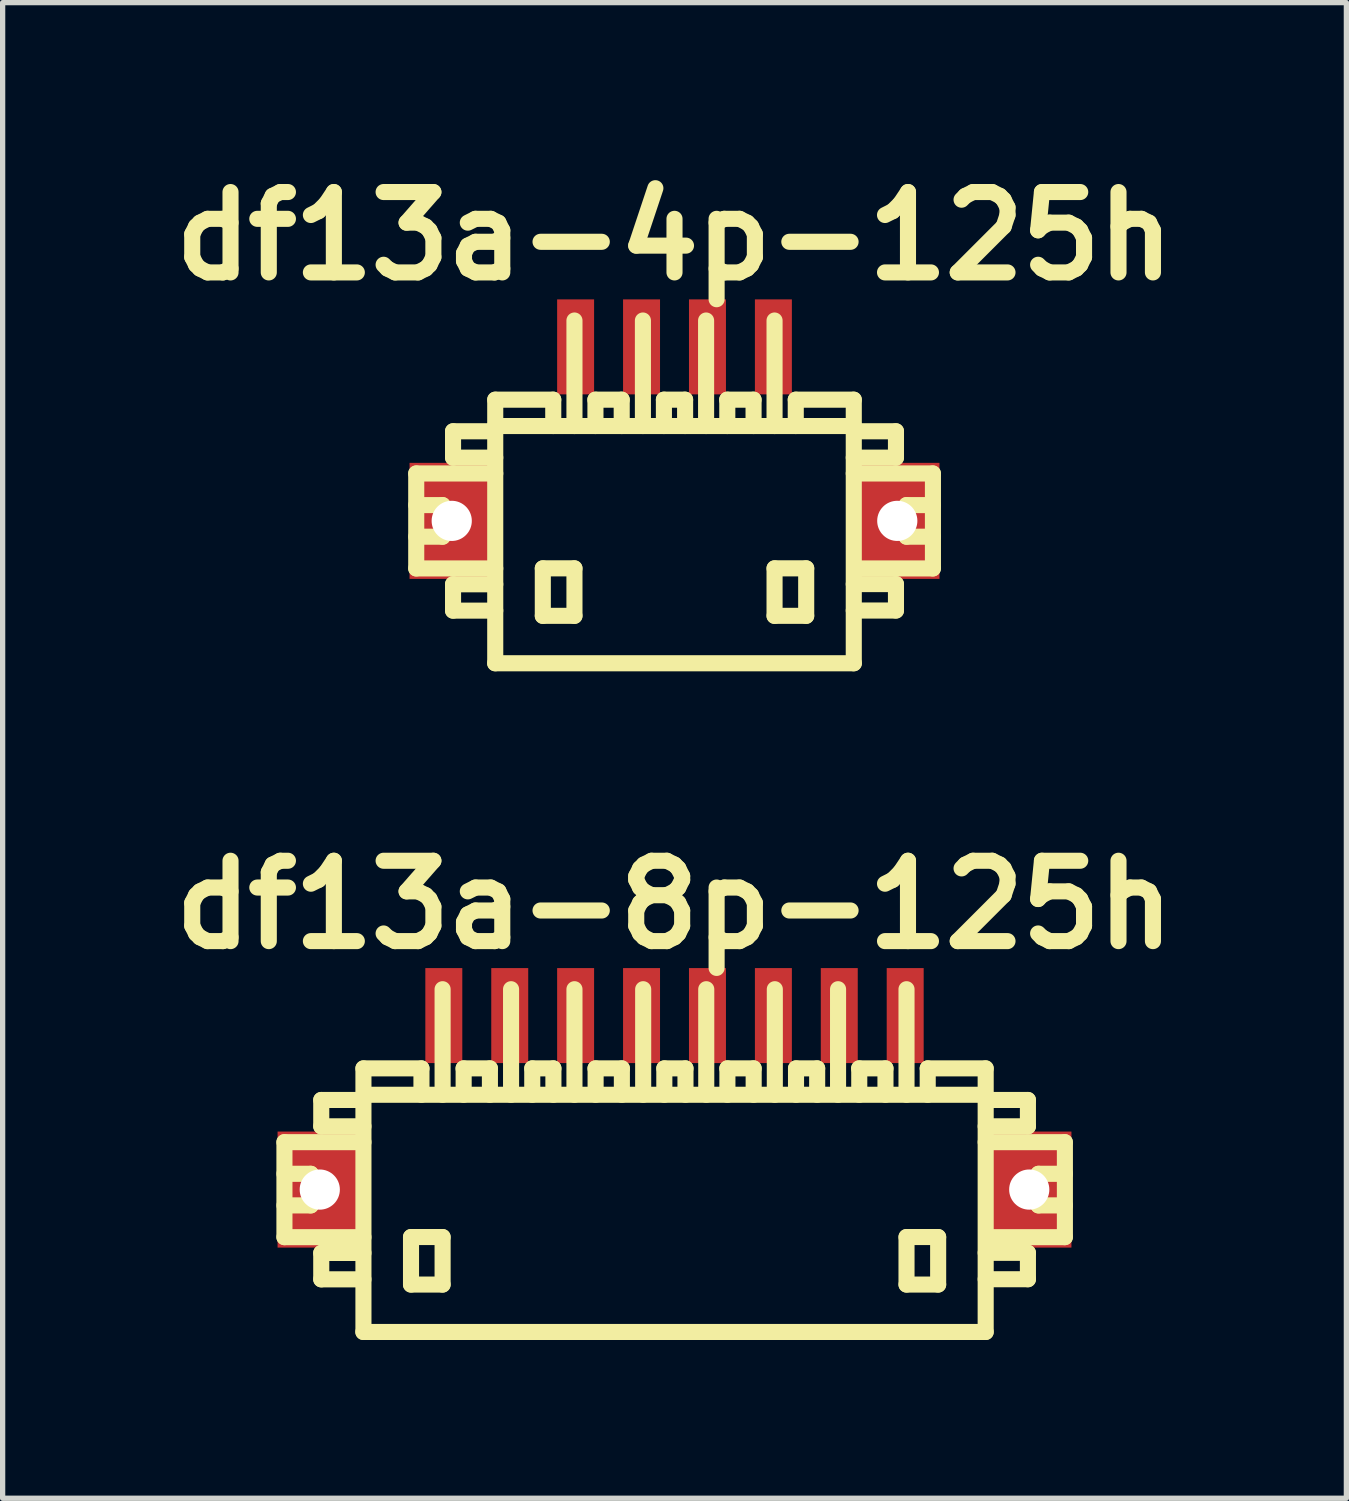
<source format=kicad_pcb>
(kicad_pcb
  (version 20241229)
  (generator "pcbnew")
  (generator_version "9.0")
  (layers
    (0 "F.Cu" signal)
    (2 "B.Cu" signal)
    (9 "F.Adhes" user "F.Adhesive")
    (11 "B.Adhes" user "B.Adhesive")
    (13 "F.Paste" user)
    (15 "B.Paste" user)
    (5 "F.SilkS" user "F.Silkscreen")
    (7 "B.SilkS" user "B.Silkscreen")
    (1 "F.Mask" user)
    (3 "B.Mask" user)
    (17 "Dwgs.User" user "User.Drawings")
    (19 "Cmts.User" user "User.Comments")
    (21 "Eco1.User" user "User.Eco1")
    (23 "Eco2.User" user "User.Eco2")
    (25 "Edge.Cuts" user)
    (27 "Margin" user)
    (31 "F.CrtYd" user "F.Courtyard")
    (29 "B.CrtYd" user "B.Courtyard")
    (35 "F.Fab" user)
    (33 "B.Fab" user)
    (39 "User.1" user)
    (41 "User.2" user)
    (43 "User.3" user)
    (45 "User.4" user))
  (footprint "df13a-4p-125h"
    (layer "F.Cu")
    (at 9.739 7.027)
    (property "Reference" "df13a-4p-125h" (at 0 -5.601 0) (layer "F.SilkS") (effects (font (size 1.524 1.524) (thickness 0.305))))
    (attr through_hole)
    (fp_line (start -4.897 -1.1) (end -4.897 0.701) (stroke (width 0.305) (type solid)) (layer "F.SilkS"))
    (fp_line (start -4.897 0.701) (end -3.399 0.701) (stroke (width 0.305) (type solid)) (layer "F.SilkS"))
    (fp_line (start -4.397 -0.5) (end -4.897 -0.5) (stroke (width 0.305) (type solid)) (layer "F.SilkS"))
    (fp_line (start -4.397 0.099) (end -4.897 0.099) (stroke (width 0.305) (type solid)) (layer "F.SilkS"))
    (fp_line (start -4.397 0.099) (end -4.397 -0.5) (stroke (width 0.305) (type solid)) (layer "F.SilkS"))
    (fp_line (start -4.199 -1.9) (end -4.199 -1.4) (stroke (width 0.305) (type solid)) (layer "F.SilkS"))
    (fp_line (start -4.199 -1.9) (end -3.399 -1.9) (stroke (width 0.305) (type solid)) (layer "F.SilkS"))
    (fp_line (start -4.199 1.001) (end -4.199 1.501) (stroke (width 0.305) (type solid)) (layer "F.SilkS"))
    (fp_line (start -4.199 1.501) (end -3.399 1.501) (stroke (width 0.305) (type solid)) (layer "F.SilkS"))
    (fp_line (start -3.401 -1.999) (end 3.401 -1.999) (stroke (width 0.305) (type solid)) (layer "F.SilkS"))
    (fp_line (start -3.401 2.499) (end 3.401 2.499) (stroke (width 0.305) (type solid)) (layer "F.SilkS"))
    (fp_line (start -3.399 -1.4) (end -4.199 -1.4) (stroke (width 0.305) (type solid)) (layer "F.SilkS"))
    (fp_line (start -3.399 -1.1) (end -4.897 -1.1) (stroke (width 0.305) (type solid)) (layer "F.SilkS"))
    (fp_line (start -3.399 1.001) (end -4.199 1.001) (stroke (width 0.305) (type solid)) (layer "F.SilkS"))
    (fp_line (start -3.399 2.499) (end -3.399 -2.499) (stroke (width 0.305) (type solid)) (layer "F.SilkS"))
    (fp_line (start -2.497 0.699) (end -2.497 1.6) (stroke (width 0.305) (type solid)) (layer "F.SilkS"))
    (fp_line (start -2.497 1.6) (end -1.897 1.6) (stroke (width 0.305) (type solid)) (layer "F.SilkS"))
    (fp_line (start -2.299 -2.499) (end -3.399 -2.499) (stroke (width 0.305) (type solid)) (layer "F.SilkS"))
    (fp_line (start -2.299 -2.499) (end -2.299 -1.999) (stroke (width 0.305) (type solid)) (layer "F.SilkS"))
    (fp_line (start -1.897 -4) (end -1.897 -1.999) (stroke (width 0.305) (type solid)) (layer "F.SilkS"))
    (fp_line (start -1.897 0.699) (end -2.497 0.699) (stroke (width 0.305) (type solid)) (layer "F.SilkS"))
    (fp_line (start -1.897 1.6) (end -1.897 0.699) (stroke (width 0.305) (type solid)) (layer "F.SilkS"))
    (fp_line (start -1.501 -2.499) (end -1.001 -2.499) (stroke (width 0.305) (type solid)) (layer "F.SilkS"))
    (fp_line (start -1.499 -1.999) (end -1.499 -2.499) (stroke (width 0.305) (type solid)) (layer "F.SilkS"))
    (fp_line (start -1.001 -2.499) (end -1.001 -1.999) (stroke (width 0.305) (type solid)) (layer "F.SilkS"))
    (fp_line (start -0.599 -1.999) (end -0.599 -4) (stroke (width 0.305) (type solid)) (layer "F.SilkS"))
    (fp_line (start -0.201 -2.499) (end -0.201 -1.999) (stroke (width 0.305) (type solid)) (layer "F.SilkS"))
    (fp_line (start 0.201 -2.499) (end -0.201 -2.499) (stroke (width 0.305) (type solid)) (layer "F.SilkS"))
    (fp_line (start 0.201 -2.499) (end 0.201 -1.999) (stroke (width 0.305) (type solid)) (layer "F.SilkS"))
    (fp_line (start 0.599 -1.999) (end 0.599 -4) (stroke (width 0.305) (type solid)) (layer "F.SilkS"))
    (fp_line (start 0.998 -2.499) (end 1.499 -2.499) (stroke (width 0.305) (type solid)) (layer "F.SilkS"))
    (fp_line (start 1.001 -1.999) (end 1.001 -2.499) (stroke (width 0.305) (type solid)) (layer "F.SilkS"))
    (fp_line (start 1.499 -2.499) (end 1.499 -1.999) (stroke (width 0.305) (type solid)) (layer "F.SilkS"))
    (fp_line (start 1.897 -1.999) (end 1.897 -4) (stroke (width 0.305) (type solid)) (layer "F.SilkS"))
    (fp_line (start 1.897 0.699) (end 2.497 0.699) (stroke (width 0.305) (type solid)) (layer "F.SilkS"))
    (fp_line (start 1.897 1.6) (end 1.897 0.699) (stroke (width 0.305) (type solid)) (layer "F.SilkS"))
    (fp_line (start 2.299 -2.499) (end 2.299 -1.999) (stroke (width 0.305) (type solid)) (layer "F.SilkS"))
    (fp_line (start 2.497 0.699) (end 2.497 1.6) (stroke (width 0.305) (type solid)) (layer "F.SilkS"))
    (fp_line (start 2.497 1.6) (end 1.897 1.6) (stroke (width 0.305) (type solid)) (layer "F.SilkS"))
    (fp_line (start 3.399 -2.499) (end 2.299 -2.499) (stroke (width 0.305) (type solid)) (layer "F.SilkS"))
    (fp_line (start 3.399 -2.499) (end 3.399 2.499) (stroke (width 0.305) (type solid)) (layer "F.SilkS"))
    (fp_line (start 3.399 -1.9) (end 4.199 -1.9) (stroke (width 0.305) (type solid)) (layer "F.SilkS"))
    (fp_line (start 3.399 0.998) (end 4.199 0.998) (stroke (width 0.305) (type solid)) (layer "F.SilkS"))
    (fp_line (start 4.199 -1.9) (end 4.199 -1.4) (stroke (width 0.305) (type solid)) (layer "F.SilkS"))
    (fp_line (start 4.199 -1.4) (end 3.399 -1.4) (stroke (width 0.305) (type solid)) (layer "F.SilkS"))
    (fp_line (start 4.199 0.998) (end 4.199 1.499) (stroke (width 0.305) (type solid)) (layer "F.SilkS"))
    (fp_line (start 4.199 1.499) (end 3.399 1.499) (stroke (width 0.305) (type solid)) (layer "F.SilkS"))
    (fp_line (start 4.399 0.099) (end 4.399 -0.5) (stroke (width 0.305) (type solid)) (layer "F.SilkS"))
    (fp_line (start 4.897 -1.1) (end 3.399 -1.1) (stroke (width 0.305) (type solid)) (layer "F.SilkS"))
    (fp_line (start 4.897 0.701) (end 3.498 0.701) (stroke (width 0.305) (type solid)) (layer "F.SilkS"))
    (fp_line (start 4.9 -1.1) (end 4.9 0.701) (stroke (width 0.305) (type solid)) (layer "F.SilkS"))
    (fp_line (start 4.9 -0.5) (end 4.399 -0.5) (stroke (width 0.305) (type solid)) (layer "F.SilkS"))
    (fp_line (start 4.9 0.099) (end 4.399 0.099) (stroke (width 0.305) (type solid)) (layer "F.SilkS"))
    (pad "" np_thru_hole rect (at -4.224 -0.201) (size 1.6 2.2) (drill 0.762) (layers "F.Cu" "F.Mask" "F.Paste"))
    (pad "" np_thru_hole rect (at 4.224 -0.201) (size 1.6 2.2) (drill 0.762) (layers "F.Cu" "F.Mask" "F.Paste"))
    (pad "1" smd rect (at 1.875 -3.5) (size 0.701 1.801) (layers "F.Cu" "F.Mask" "F.Paste"))
    (pad "2" smd rect (at 0.625 -3.5) (size 0.701 1.801) (layers "F.Cu" "F.Mask" "F.Paste"))
    (pad "3" smd rect (at -0.625 -3.5) (size 0.701 1.801) (layers "F.Cu" "F.Mask" "F.Paste"))
    (pad "4" smd rect (at -1.875 -3.5) (size 0.701 1.801) (layers "F.Cu" "F.Mask" "F.Paste")))
  (footprint "df13a-8p-125h"
    (layer "F.Cu")
    (at 9.739 19.706)
    (property "Reference" "df13a-8p-125h" (at 0 -5.601 0) (layer "F.SilkS") (effects (font (size 1.524 1.524) (thickness 0.305))))
    (attr through_hole)
    (fp_line (start -7.396 -1.1) (end -7.396 0.701) (stroke (width 0.305) (type solid)) (layer "F.SilkS"))
    (fp_line (start -7.396 0.701) (end -5.898 0.701) (stroke (width 0.305) (type solid)) (layer "F.SilkS"))
    (fp_line (start -6.896 -0.5) (end -7.396 -0.5) (stroke (width 0.305) (type solid)) (layer "F.SilkS"))
    (fp_line (start -6.896 0.099) (end -7.396 0.099) (stroke (width 0.305) (type solid)) (layer "F.SilkS"))
    (fp_line (start -6.896 0.099) (end -6.896 -0.5) (stroke (width 0.305) (type solid)) (layer "F.SilkS"))
    (fp_line (start -6.698 -1.9) (end -6.698 -1.4) (stroke (width 0.305) (type solid)) (layer "F.SilkS"))
    (fp_line (start -6.698 -1.9) (end -5.898 -1.9) (stroke (width 0.305) (type solid)) (layer "F.SilkS"))
    (fp_line (start -6.698 1.001) (end -6.698 1.501) (stroke (width 0.305) (type solid)) (layer "F.SilkS"))
    (fp_line (start -6.698 1.501) (end -5.898 1.501) (stroke (width 0.305) (type solid)) (layer "F.SilkS"))
    (fp_line (start -5.9 -1.999) (end 5.9 -1.999) (stroke (width 0.305) (type solid)) (layer "F.SilkS"))
    (fp_line (start -5.9 2.499) (end 5.9 2.499) (stroke (width 0.305) (type solid)) (layer "F.SilkS"))
    (fp_line (start -5.898 -1.4) (end -6.698 -1.4) (stroke (width 0.305) (type solid)) (layer "F.SilkS"))
    (fp_line (start -5.898 -1.1) (end -7.396 -1.1) (stroke (width 0.305) (type solid)) (layer "F.SilkS"))
    (fp_line (start -5.898 1.001) (end -6.698 1.001) (stroke (width 0.305) (type solid)) (layer "F.SilkS"))
    (fp_line (start -5.898 2.499) (end -5.898 -2.499) (stroke (width 0.305) (type solid)) (layer "F.SilkS"))
    (fp_line (start -4.996 0.699) (end -4.996 1.6) (stroke (width 0.305) (type solid)) (layer "F.SilkS"))
    (fp_line (start -4.996 1.6) (end -4.397 1.6) (stroke (width 0.305) (type solid)) (layer "F.SilkS"))
    (fp_line (start -4.798 -2.499) (end -5.898 -2.499) (stroke (width 0.305) (type solid)) (layer "F.SilkS"))
    (fp_line (start -4.798 -2.499) (end -4.798 -1.999) (stroke (width 0.305) (type solid)) (layer "F.SilkS"))
    (fp_line (start -4.397 -4) (end -4.397 -1.999) (stroke (width 0.305) (type solid)) (layer "F.SilkS"))
    (fp_line (start -4.397 0.699) (end -4.996 0.699) (stroke (width 0.305) (type solid)) (layer "F.SilkS"))
    (fp_line (start -4.397 1.6) (end -4.397 0.699) (stroke (width 0.305) (type solid)) (layer "F.SilkS"))
    (fp_line (start -4 -2.499) (end -3.5 -2.499) (stroke (width 0.305) (type solid)) (layer "F.SilkS"))
    (fp_line (start -3.998 -1.999) (end -3.998 -2.499) (stroke (width 0.305) (type solid)) (layer "F.SilkS"))
    (fp_line (start -3.5 -2.499) (end -3.5 -1.999) (stroke (width 0.305) (type solid)) (layer "F.SilkS"))
    (fp_line (start -3.099 -1.999) (end -3.099 -4) (stroke (width 0.305) (type solid)) (layer "F.SilkS"))
    (fp_line (start -2.697 -2.499) (end -2.697 -1.999) (stroke (width 0.305) (type solid)) (layer "F.SilkS"))
    (fp_line (start -2.296 -2.499) (end -2.697 -2.499) (stroke (width 0.305) (type solid)) (layer "F.SilkS"))
    (fp_line (start -2.296 -2.499) (end -2.296 -1.999) (stroke (width 0.305) (type solid)) (layer "F.SilkS"))
    (fp_line (start -1.897 -1.999) (end -1.897 -4) (stroke (width 0.305) (type solid)) (layer "F.SilkS"))
    (fp_line (start -1.499 -2.499) (end -0.998 -2.499) (stroke (width 0.305) (type solid)) (layer "F.SilkS"))
    (fp_line (start -1.496 -1.999) (end -1.496 -2.499) (stroke (width 0.305) (type solid)) (layer "F.SilkS"))
    (fp_line (start -0.998 -2.499) (end -0.998 -1.999) (stroke (width 0.305) (type solid)) (layer "F.SilkS"))
    (fp_line (start -0.594 -1.999) (end -0.594 -4) (stroke (width 0.305) (type solid)) (layer "F.SilkS"))
    (fp_line (start -0.193 -2.499) (end -0.193 -1.999) (stroke (width 0.305) (type solid)) (layer "F.SilkS"))
    (fp_line (start 0.208 -2.499) (end -0.193 -2.499) (stroke (width 0.305) (type solid)) (layer "F.SilkS"))
    (fp_line (start 0.208 -2.499) (end 0.208 -1.999) (stroke (width 0.305) (type solid)) (layer "F.SilkS"))
    (fp_line (start 0.602 -1.999) (end 0.602 -4) (stroke (width 0.305) (type solid)) (layer "F.SilkS"))
    (fp_line (start 1.001 -2.499) (end 1.501 -2.499) (stroke (width 0.305) (type solid)) (layer "F.SilkS"))
    (fp_line (start 1.003 -1.999) (end 1.003 -2.499) (stroke (width 0.305) (type solid)) (layer "F.SilkS"))
    (fp_line (start 1.501 -2.499) (end 1.501 -1.999) (stroke (width 0.305) (type solid)) (layer "F.SilkS"))
    (fp_line (start 1.902 -1.999) (end 1.902 -4) (stroke (width 0.305) (type solid)) (layer "F.SilkS"))
    (fp_line (start 2.304 -2.499) (end 2.304 -1.999) (stroke (width 0.305) (type solid)) (layer "F.SilkS"))
    (fp_line (start 2.705 -2.499) (end 2.304 -2.499) (stroke (width 0.305) (type solid)) (layer "F.SilkS"))
    (fp_line (start 2.705 -2.499) (end 2.705 -1.999) (stroke (width 0.305) (type solid)) (layer "F.SilkS"))
    (fp_line (start 3.101 -1.999) (end 3.101 -4) (stroke (width 0.305) (type solid)) (layer "F.SilkS"))
    (fp_line (start 3.5 -2.499) (end 4 -2.499) (stroke (width 0.305) (type solid)) (layer "F.SilkS"))
    (fp_line (start 3.503 -1.999) (end 3.503 -2.499) (stroke (width 0.305) (type solid)) (layer "F.SilkS"))
    (fp_line (start 4 -2.499) (end 4 -1.999) (stroke (width 0.305) (type solid)) (layer "F.SilkS"))
    (fp_line (start 4.399 -1.999) (end 4.399 -4) (stroke (width 0.305) (type solid)) (layer "F.SilkS"))
    (fp_line (start 4.399 0.699) (end 4.999 0.699) (stroke (width 0.305) (type solid)) (layer "F.SilkS"))
    (fp_line (start 4.399 1.6) (end 4.399 0.699) (stroke (width 0.305) (type solid)) (layer "F.SilkS"))
    (fp_line (start 4.801 -2.499) (end 4.801 -1.999) (stroke (width 0.305) (type solid)) (layer "F.SilkS"))
    (fp_line (start 4.999 0.699) (end 4.999 1.6) (stroke (width 0.305) (type solid)) (layer "F.SilkS"))
    (fp_line (start 4.999 1.6) (end 4.399 1.6) (stroke (width 0.305) (type solid)) (layer "F.SilkS"))
    (fp_line (start 5.9 -2.499) (end 4.801 -2.499) (stroke (width 0.305) (type solid)) (layer "F.SilkS"))
    (fp_line (start 5.9 -2.499) (end 5.9 2.499) (stroke (width 0.305) (type solid)) (layer "F.SilkS"))
    (fp_line (start 5.9 -1.9) (end 6.701 -1.9) (stroke (width 0.305) (type solid)) (layer "F.SilkS"))
    (fp_line (start 5.9 0.998) (end 6.701 0.998) (stroke (width 0.305) (type solid)) (layer "F.SilkS"))
    (fp_line (start 6.701 -1.9) (end 6.701 -1.4) (stroke (width 0.305) (type solid)) (layer "F.SilkS"))
    (fp_line (start 6.701 -1.4) (end 5.9 -1.4) (stroke (width 0.305) (type solid)) (layer "F.SilkS"))
    (fp_line (start 6.701 0.998) (end 6.701 1.499) (stroke (width 0.305) (type solid)) (layer "F.SilkS"))
    (fp_line (start 6.701 1.499) (end 5.9 1.499) (stroke (width 0.305) (type solid)) (layer "F.SilkS"))
    (fp_line (start 6.901 0.099) (end 6.901 -0.5) (stroke (width 0.305) (type solid)) (layer "F.SilkS"))
    (fp_line (start 7.399 -1.1) (end 5.9 -1.1) (stroke (width 0.305) (type solid)) (layer "F.SilkS"))
    (fp_line (start 7.399 0.701) (end 5.999 0.701) (stroke (width 0.305) (type solid)) (layer "F.SilkS"))
    (fp_line (start 7.402 -1.1) (end 7.402 0.701) (stroke (width 0.305) (type solid)) (layer "F.SilkS"))
    (fp_line (start 7.402 -0.5) (end 6.901 -0.5) (stroke (width 0.305) (type solid)) (layer "F.SilkS"))
    (fp_line (start 7.402 0.099) (end 6.901 0.099) (stroke (width 0.305) (type solid)) (layer "F.SilkS"))
    (pad "" np_thru_hole rect (at -6.726 -0.201) (size 1.6 2.2) (drill 0.762) (layers "F.Cu" "F.Mask" "F.Paste"))
    (pad "" np_thru_hole rect (at 6.726 -0.201) (size 1.6 2.2) (drill 0.762) (layers "F.Cu" "F.Mask" "F.Paste"))
    (pad "1" smd rect (at 4.374 -3.5) (size 0.701 1.801) (layers "F.Cu" "F.Mask" "F.Paste"))
    (pad "2" smd rect (at 3.124 -3.5) (size 0.701 1.801) (layers "F.Cu" "F.Mask" "F.Paste"))
    (pad "3" smd rect (at 1.875 -3.5) (size 0.701 1.801) (layers "F.Cu" "F.Mask" "F.Paste"))
    (pad "4" smd rect (at 0.625 -3.5) (size 0.701 1.801) (layers "F.Cu" "F.Mask" "F.Paste"))
    (pad "5" smd rect (at -0.625 -3.5) (size 0.701 1.801) (layers "F.Cu" "F.Mask" "F.Paste"))
    (pad "6" smd rect (at -1.875 -3.5) (size 0.701 1.801) (layers "F.Cu" "F.Mask" "F.Paste"))
    (pad "7" smd rect (at -3.124 -3.5) (size 0.701 1.801) (layers "F.Cu" "F.Mask" "F.Paste"))
    (pad "8" smd rect (at -4.374 -3.5) (size 0.701 1.801) (layers "F.Cu" "F.Mask" "F.Paste")))
  (gr_rect
    (start -3 -3)
    (end 22.478 25.358)
    (stroke (width 0.1) (type default))
    (fill no)
    (layer "Edge.Cuts")))
</source>
